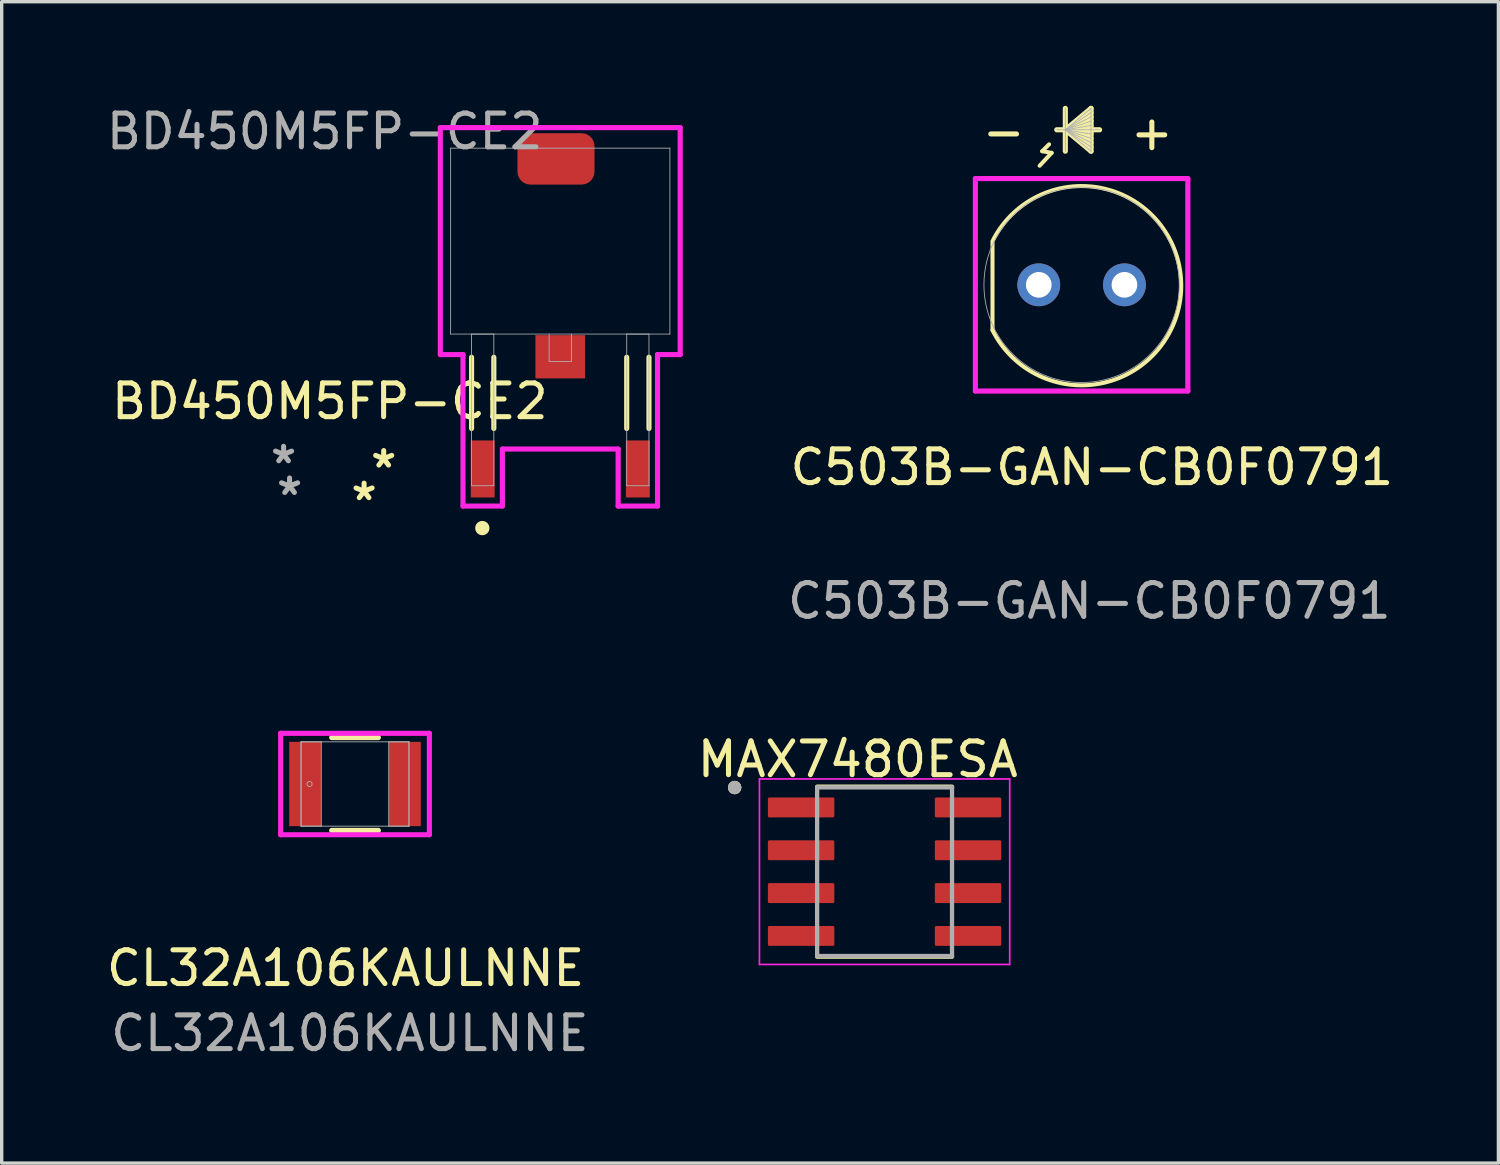
<source format=kicad_pcb>
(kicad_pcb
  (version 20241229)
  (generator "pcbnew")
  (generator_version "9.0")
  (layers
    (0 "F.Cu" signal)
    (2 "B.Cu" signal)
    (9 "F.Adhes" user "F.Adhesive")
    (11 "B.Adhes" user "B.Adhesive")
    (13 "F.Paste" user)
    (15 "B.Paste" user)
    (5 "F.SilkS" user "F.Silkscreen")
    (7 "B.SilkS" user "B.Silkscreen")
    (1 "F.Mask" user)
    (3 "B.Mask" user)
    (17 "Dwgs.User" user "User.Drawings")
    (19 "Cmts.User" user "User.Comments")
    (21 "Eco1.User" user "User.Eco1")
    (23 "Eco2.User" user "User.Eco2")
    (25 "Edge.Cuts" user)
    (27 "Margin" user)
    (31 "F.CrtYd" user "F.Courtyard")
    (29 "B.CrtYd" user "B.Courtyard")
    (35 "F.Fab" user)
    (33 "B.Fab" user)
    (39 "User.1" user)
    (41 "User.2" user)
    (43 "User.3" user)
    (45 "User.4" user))
  (footprint "MAX7480ESA"
    (layer "F.Cu")
    (at 23.178 22.796)
    (property "Reference" "MAX7480ESA" (at -0.795 -3.332 0) (layer "F.SilkS") (effects (font (size 1 1) (thickness 0.15))))
    (attr smd)
    (fp_line (start -2 -2.52) (end 2 -2.52) (stroke (width 0.127) (type solid)) (layer "F.SilkS"))
    (fp_line (start -2 2.52) (end 2 2.52) (stroke (width 0.127) (type solid)) (layer "F.SilkS"))
    (fp_circle (center -4.445 -2.495) (end -4.345 -2.495) (stroke (width 0.2) (type solid)) (fill no) (layer "F.SilkS"))
    (fp_line (start -3.71 -2.75) (end -3.71 2.75) (stroke (width 0.05) (type solid)) (layer "F.CrtYd"))
    (fp_line (start -3.71 -2.75) (end 3.71 -2.75) (stroke (width 0.05) (type solid)) (layer "F.CrtYd"))
    (fp_line (start -3.71 2.75) (end 3.71 2.75) (stroke (width 0.05) (type solid)) (layer "F.CrtYd"))
    (fp_line (start 3.71 -2.75) (end 3.71 2.75) (stroke (width 0.05) (type solid)) (layer "F.CrtYd"))
    (fp_line (start -2 -2.5) (end -2 2.5) (stroke (width 0.127) (type solid)) (layer "F.Fab"))
    (fp_line (start -2 -2.5) (end 2 -2.5) (stroke (width 0.127) (type solid)) (layer "F.Fab"))
    (fp_line (start -2 2.5) (end 2 2.5) (stroke (width 0.127) (type solid)) (layer "F.Fab"))
    (fp_line (start 2 -2.5) (end 2 2.5) (stroke (width 0.127) (type solid)) (layer "F.Fab"))
    (fp_circle (center -4.445 -2.495) (end -4.345 -2.495) (stroke (width 0.2) (type solid)) (fill no) (layer "F.Fab"))
    (pad "1" smd roundrect (at -2.475 -1.905) (size 1.97 0.59) (layers "F.Cu" "F.Mask" "F.Paste") (roundrect_rratio 0.07))
    (pad "2" smd roundrect (at -2.475 -0.635) (size 1.97 0.59) (layers "F.Cu" "F.Mask" "F.Paste") (roundrect_rratio 0.07))
    (pad "3" smd roundrect (at -2.475 0.635) (size 1.97 0.59) (layers "F.Cu" "F.Mask" "F.Paste") (roundrect_rratio 0.07))
    (pad "4" smd roundrect (at -2.475 1.905) (size 1.97 0.59) (layers "F.Cu" "F.Mask" "F.Paste") (roundrect_rratio 0.07))
    (pad "5" smd roundrect (at 2.475 1.905) (size 1.97 0.59) (layers "F.Cu" "F.Mask" "F.Paste") (roundrect_rratio 0.07))
    (pad "6" smd roundrect (at 2.475 0.635) (size 1.97 0.59) (layers "F.Cu" "F.Mask" "F.Paste") (roundrect_rratio 0.07))
    (pad "7" smd roundrect (at 2.475 -0.635) (size 1.97 0.59) (layers "F.Cu" "F.Mask" "F.Paste") (roundrect_rratio 0.07))
    (pad "8" smd roundrect (at 2.475 -1.905) (size 1.97 0.59) (layers "F.Cu" "F.Mask" "F.Paste") (roundrect_rratio 0.07)))
  (footprint "C503B-GAN-CB0F0791"
    (layer "F.Cu")
    (at 27.75 5.395)
    (property "Reference" "C503B-GAN-CB0F0791" (at 1.575 5.41 0) (unlocked yes) (layer "F.SilkS") (effects (font (size 1 1) (thickness 0.15))))
    (attr through_hole)
    (fp_line (start -1.372 -1.295) (end -1.372 1.346) (stroke (width 0.12) (type solid)) (layer "F.SilkS"))
    (fp_line (start 0.102 -3.962) (end 0.381 -3.912) (stroke (width 0.12) (type solid)) (layer "F.SilkS"))
    (fp_line (start 0.305 -4.166) (end 0.102 -3.962) (stroke (width 0.12) (type solid)) (layer "F.SilkS"))
    (fp_line (start 0.381 -3.912) (end 0.025 -3.531) (stroke (width 0.12) (type solid)) (layer "F.SilkS"))
    (fp_line (start 0.787 -5.232) (end 0.787 -3.962) (stroke (width 0.152) (type solid)) (layer "F.SilkS"))
    (fp_line (start 0.787 -4.597) (end 1.549 -5.232) (stroke (width 0.152) (type solid)) (layer "F.SilkS"))
    (fp_line (start 0.787 -4.597) (end 1.549 -5.105) (stroke (width 0.152) (type solid)) (layer "F.SilkS"))
    (fp_line (start 0.787 -4.597) (end 1.549 -4.978) (stroke (width 0.152) (type solid)) (layer "F.SilkS"))
    (fp_line (start 0.787 -4.597) (end 1.549 -4.851) (stroke (width 0.152) (type solid)) (layer "F.SilkS"))
    (fp_line (start 0.787 -4.597) (end 1.549 -4.724) (stroke (width 0.152) (type solid)) (layer "F.SilkS"))
    (fp_line (start 0.787 -4.597) (end 1.549 -4.47) (stroke (width 0.152) (type solid)) (layer "F.SilkS"))
    (fp_line (start 0.787 -4.597) (end 1.549 -4.343) (stroke (width 0.152) (type solid)) (layer "F.SilkS"))
    (fp_line (start 0.787 -4.597) (end 1.549 -4.216) (stroke (width 0.152) (type solid)) (layer "F.SilkS"))
    (fp_line (start 0.787 -4.597) (end 1.549 -4.089) (stroke (width 0.152) (type solid)) (layer "F.SilkS"))
    (fp_line (start 0.787 -4.597) (end 1.549 -3.962) (stroke (width 0.152) (type solid)) (layer "F.SilkS"))
    (fp_line (start 1.549 -5.232) (end 1.549 -3.962) (stroke (width 0.152) (type solid)) (layer "F.SilkS"))
    (fp_line (start 1.803 -4.597) (end 0.533 -4.597) (stroke (width 0.152) (type solid)) (layer "F.SilkS"))
    (fp_arc (start -1.346199 -1.3462) (mid 4.223807 0.0538) (end -1.372088 1.346444) (stroke (width 0.12) (type solid)) (layer "F.SilkS"))
    (fp_line (start -1.88 -3.15) (end 4.42 -3.15) (stroke (width 0.152) (type solid)) (layer "F.CrtYd"))
    (fp_line (start -1.88 3.15) (end -1.88 -3.15) (stroke (width 0.152) (type solid)) (layer "F.CrtYd"))
    (fp_line (start 4.42 -3.15) (end 4.42 3.15) (stroke (width 0.152) (type solid)) (layer "F.CrtYd"))
    (fp_line (start 4.42 3.15) (end -1.88 3.15) (stroke (width 0.152) (type solid)) (layer "F.CrtYd"))
    (fp_line (start 0.787 -5.232) (end 0.787 -3.962) (stroke (width 0.025) (type solid)) (layer "F.Fab"))
    (fp_line (start 0.787 -4.597) (end 1.549 -5.232) (stroke (width 0.025) (type solid)) (layer "F.Fab"))
    (fp_line (start 0.787 -4.597) (end 1.549 -5.105) (stroke (width 0.025) (type solid)) (layer "F.Fab"))
    (fp_line (start 0.787 -4.597) (end 1.549 -4.978) (stroke (width 0.025) (type solid)) (layer "F.Fab"))
    (fp_line (start 0.787 -4.597) (end 1.549 -4.851) (stroke (width 0.025) (type solid)) (layer "F.Fab"))
    (fp_line (start 0.787 -4.597) (end 1.549 -4.724) (stroke (width 0.025) (type solid)) (layer "F.Fab"))
    (fp_line (start 0.787 -4.597) (end 1.549 -4.47) (stroke (width 0.025) (type solid)) (layer "F.Fab"))
    (fp_line (start 0.787 -4.597) (end 1.549 -4.343) (stroke (width 0.025) (type solid)) (layer "F.Fab"))
    (fp_line (start 0.787 -4.597) (end 1.549 -4.216) (stroke (width 0.025) (type solid)) (layer "F.Fab"))
    (fp_line (start 0.787 -4.597) (end 1.549 -4.089) (stroke (width 0.025) (type solid)) (layer "F.Fab"))
    (fp_line (start 0.787 -4.597) (end 1.549 -3.962) (stroke (width 0.025) (type solid)) (layer "F.Fab"))
    (fp_line (start 1.549 -5.232) (end 1.549 -3.962) (stroke (width 0.025) (type solid)) (layer "F.Fab"))
    (fp_line (start 1.803 -4.597) (end 0.533 -4.597) (stroke (width 0.025) (type solid)) (layer "F.Fab"))
    (fp_circle (center 1.27 0) (end 4.166 0) (stroke (width 0.025) (type solid)) (fill no) (layer "F.Fab"))
    (fp_text user "+" (at 3.353 -4.521 0) (unlocked yes) (layer "F.SilkS") (effects (font (size 1 1) (thickness 0.15))))
    (fp_text user "-" (at -1.041 -4.547 0) (unlocked yes) (layer "F.SilkS") (effects (font (size 1 1) (thickness 0.15))))
    (fp_text user "${REFERENCE}" (at 1.499 9.373 0) (unlocked yes) (layer "F.Fab") (effects (font (size 1 1) (thickness 0.15))))
    (pad "1" thru_hole circle (at 0 0) (size 1.27 1.27) (drill 0.762) (layers "*.Cu" "*.Mask"))
    (pad "2" thru_hole circle (at 2.54 0) (size 1.27 1.27) (drill 0.762) (layers "*.Cu" "*.Mask")))
  (footprint "BD450M5FP-CE2"
    (layer "F.Cu")
    (at 13.562 4.099)
    (property "Reference" "BD450M5FP-CE2" (at -6.833 4.75 0) (unlocked yes) (layer "F.SilkS") (effects (font (size 1 1) (thickness 0.15))))
    (attr smd)
    (fp_line (start -2.63 3.444) (end -2.63 5.556) (stroke (width 0.152) (type solid)) (layer "F.SilkS"))
    (fp_line (start -1.97 3.444) (end -1.97 5.556) (stroke (width 0.152) (type solid)) (layer "F.SilkS"))
    (fp_line (start 1.97 3.444) (end 1.97 5.556) (stroke (width 0.152) (type solid)) (layer "F.SilkS"))
    (fp_line (start 2.63 3.444) (end 2.63 5.556) (stroke (width 0.152) (type solid)) (layer "F.SilkS"))
    (fp_circle (center -2.311 8.509) (end -2.159 8.509) (stroke (width 0.12) (type solid)) (fill yes) (layer "F.SilkS"))
    (fp_line (start -3.556 -3.365) (end 3.556 -3.365) (stroke (width 0.152) (type solid)) (layer "F.CrtYd"))
    (fp_line (start -3.556 3.365) (end -3.556 -3.365) (stroke (width 0.152) (type solid)) (layer "F.CrtYd"))
    (fp_line (start -2.884 3.365) (end -3.556 3.365) (stroke (width 0.152) (type solid)) (layer "F.CrtYd"))
    (fp_line (start -2.884 7.856) (end -2.884 3.365) (stroke (width 0.152) (type solid)) (layer "F.CrtYd"))
    (fp_line (start -1.716 6.165) (end -1.716 7.856) (stroke (width 0.152) (type solid)) (layer "F.CrtYd"))
    (fp_line (start -1.716 7.856) (end -2.884 7.856) (stroke (width 0.152) (type solid)) (layer "F.CrtYd"))
    (fp_line (start 1.716 6.165) (end -1.716 6.165) (stroke (width 0.152) (type solid)) (layer "F.CrtYd"))
    (fp_line (start 1.716 7.856) (end 1.716 6.165) (stroke (width 0.152) (type solid)) (layer "F.CrtYd"))
    (fp_line (start 2.884 3.365) (end 2.884 7.856) (stroke (width 0.152) (type solid)) (layer "F.CrtYd"))
    (fp_line (start 2.884 7.856) (end 1.716 7.856) (stroke (width 0.152) (type solid)) (layer "F.CrtYd"))
    (fp_line (start 3.556 -3.365) (end 3.556 3.365) (stroke (width 0.152) (type solid)) (layer "F.CrtYd"))
    (fp_line (start 3.556 3.365) (end 2.884 3.365) (stroke (width 0.152) (type solid)) (layer "F.CrtYd"))
    (fp_line (start -3.251 -2.756) (end -3.251 2.756) (stroke (width 0.025) (type solid)) (layer "F.Fab"))
    (fp_line (start -3.251 2.756) (end 3.251 2.756) (stroke (width 0.025) (type solid)) (layer "F.Fab"))
    (fp_line (start -2.63 2.756) (end -2.63 7.252) (stroke (width 0.025) (type solid)) (layer "F.Fab"))
    (fp_line (start -2.63 7.252) (end -1.97 7.252) (stroke (width 0.025) (type solid)) (layer "F.Fab"))
    (fp_line (start -1.97 2.756) (end -2.63 2.756) (stroke (width 0.025) (type solid)) (layer "F.Fab"))
    (fp_line (start -1.97 7.252) (end -1.97 2.756) (stroke (width 0.025) (type solid)) (layer "F.Fab"))
    (fp_line (start -0.33 2.756) (end -0.33 3.569) (stroke (width 0.025) (type solid)) (layer "F.Fab"))
    (fp_line (start -0.33 3.569) (end 0.33 3.569) (stroke (width 0.025) (type solid)) (layer "F.Fab"))
    (fp_line (start 0.33 3.569) (end 0.33 2.756) (stroke (width 0.025) (type solid)) (layer "F.Fab"))
    (fp_line (start 1.97 2.756) (end 1.97 7.252) (stroke (width 0.025) (type solid)) (layer "F.Fab"))
    (fp_line (start 1.97 7.252) (end 2.63 7.252) (stroke (width 0.025) (type solid)) (layer "F.Fab"))
    (fp_line (start 2.63 2.756) (end 1.97 2.756) (stroke (width 0.025) (type solid)) (layer "F.Fab"))
    (fp_line (start 2.63 7.252) (end 2.63 2.756) (stroke (width 0.025) (type solid)) (layer "F.Fab"))
    (fp_line (start 3.251 -2.756) (end -3.251 -2.756) (stroke (width 0.025) (type solid)) (layer "F.Fab"))
    (fp_line (start 3.251 2.756) (end 3.251 -2.756) (stroke (width 0.025) (type solid)) (layer "F.Fab"))
    (fp_text user "*" (at -5.235 6.756 0) (layer "F.SilkS") (effects (font (size 1 1) (thickness 0.15))))
    (fp_text user "*" (at -5.817 7.722 0) (unlocked yes) (layer "F.SilkS") (effects (font (size 1 1) (thickness 0.15))))
    (fp_text user "*" (at -8.204 6.629 0) (layer "F.Fab") (effects (font (size 1 1) (thickness 0.15))))
    (fp_text user "${REFERENCE}" (at -6.985 -3.251 0) (unlocked yes) (layer "F.Fab") (effects (font (size 1 1) (thickness 0.15))))
    (fp_text user "*" (at -8.026 7.569 0) (unlocked yes) (layer "F.Fab") (effects (font (size 1 1) (thickness 0.15))))
    (pad "1" smd rect (at -2.3 6.756) (size 0.71 1.691) (layers "F.Cu" "F.Mask" "F.Paste"))
    (pad "2" smd rect (at 0 3.429) (size 1.473 1.283) (layers "F.Cu" "F.Mask" "F.Paste"))
    (pad "3" smd rect (at 2.3 6.756) (size 0.71 1.691) (layers "F.Cu" "F.Mask" "F.Paste"))
    (pad "4" smd roundrect (at -0.127 -2.438) (size 2.286 1.524) (layers "F.Cu" "F.Mask" "F.Paste") (roundrect_rratio 0.25)))
  (footprint "CL32A106KAULNNE"
    (layer "F.Cu")
    (at 7.476 20.196)
    (property "Reference" "CL32A106KAULNNE" (at -0.279 5.461 0) (unlocked yes) (layer "F.SilkS") (effects (font (size 1 1) (thickness 0.15))))
    (attr smd)
    (fp_line (start -0.692 1.377) (end 0.692 1.377) (stroke (width 0.152) (type solid)) (layer "F.SilkS"))
    (fp_line (start 0.692 -1.377) (end -0.692 -1.377) (stroke (width 0.152) (type solid)) (layer "F.SilkS"))
    (fp_line (start -2.204 -1.504) (end 2.204 -1.504) (stroke (width 0.152) (type solid)) (layer "F.CrtYd"))
    (fp_line (start -2.204 1.504) (end -2.204 -1.504) (stroke (width 0.152) (type solid)) (layer "F.CrtYd"))
    (fp_line (start 2.204 -1.504) (end 2.204 1.504) (stroke (width 0.152) (type solid)) (layer "F.CrtYd"))
    (fp_line (start 2.204 1.504) (end -2.204 1.504) (stroke (width 0.152) (type solid)) (layer "F.CrtYd"))
    (fp_line (start -1.6 -1.25) (end -1.6 1.25) (stroke (width 0.025) (type solid)) (layer "F.Fab"))
    (fp_line (start -1.6 -1.25) (end -1.6 1.25) (stroke (width 0.025) (type solid)) (layer "F.Fab"))
    (fp_line (start -1.6 1.25) (end -1 1.25) (stroke (width 0.025) (type solid)) (layer "F.Fab"))
    (fp_line (start -1.6 1.25) (end 1.6 1.25) (stroke (width 0.025) (type solid)) (layer "F.Fab"))
    (fp_line (start -1 -1.25) (end -1.6 -1.25) (stroke (width 0.025) (type solid)) (layer "F.Fab"))
    (fp_line (start -1 1.25) (end -1 -1.25) (stroke (width 0.025) (type solid)) (layer "F.Fab"))
    (fp_line (start 1 -1.25) (end 1 1.25) (stroke (width 0.025) (type solid)) (layer "F.Fab"))
    (fp_line (start 1 1.25) (end 1.6 1.25) (stroke (width 0.025) (type solid)) (layer "F.Fab"))
    (fp_line (start 1.6 -1.25) (end -1.6 -1.25) (stroke (width 0.025) (type solid)) (layer "F.Fab"))
    (fp_line (start 1.6 -1.25) (end 1 -1.25) (stroke (width 0.025) (type solid)) (layer "F.Fab"))
    (fp_line (start 1.6 1.25) (end 1.6 -1.25) (stroke (width 0.025) (type solid)) (layer "F.Fab"))
    (fp_line (start 1.6 1.25) (end 1.6 -1.25) (stroke (width 0.025) (type solid)) (layer "F.Fab"))
    (fp_circle (center -1.348 0) (end -1.272 0) (stroke (width 0.025) (type solid)) (fill no) (layer "F.Fab"))
    (fp_text user "${REFERENCE}" (at -0.152 7.391 0) (unlocked yes) (layer "F.Fab") (effects (font (size 1 1) (thickness 0.15))))
    (pad "1" smd rect (at -1.475 0) (size 0.95 2.5) (layers "F.Cu" "F.Mask" "F.Paste"))
    (pad "2" smd rect (at 1.475 0) (size 0.95 2.5) (layers "F.Cu" "F.Mask" "F.Paste"))
    (zone (net_name "") (layer "F.Cu") (hatch full 0.508) (connect_pads) (min_thickness 0.254) (filled_areas_thickness no) (keepout (tracks not_allowed) (vias not_allowed) (pads allowed) (copperpour not_allowed) (footprints allowed)) (placement (enabled no)) (fill) (polygon (pts (xy 6.527 18.997) (xy 8.425 18.997) (xy 8.425 21.395) (xy 6.527 21.395)))))
  (gr_rect
    (start -3 -3)
    (end 41.378 31.436)
    (stroke (width 0.1) (type default))
    (fill no)
    (layer "Edge.Cuts")))
</source>
